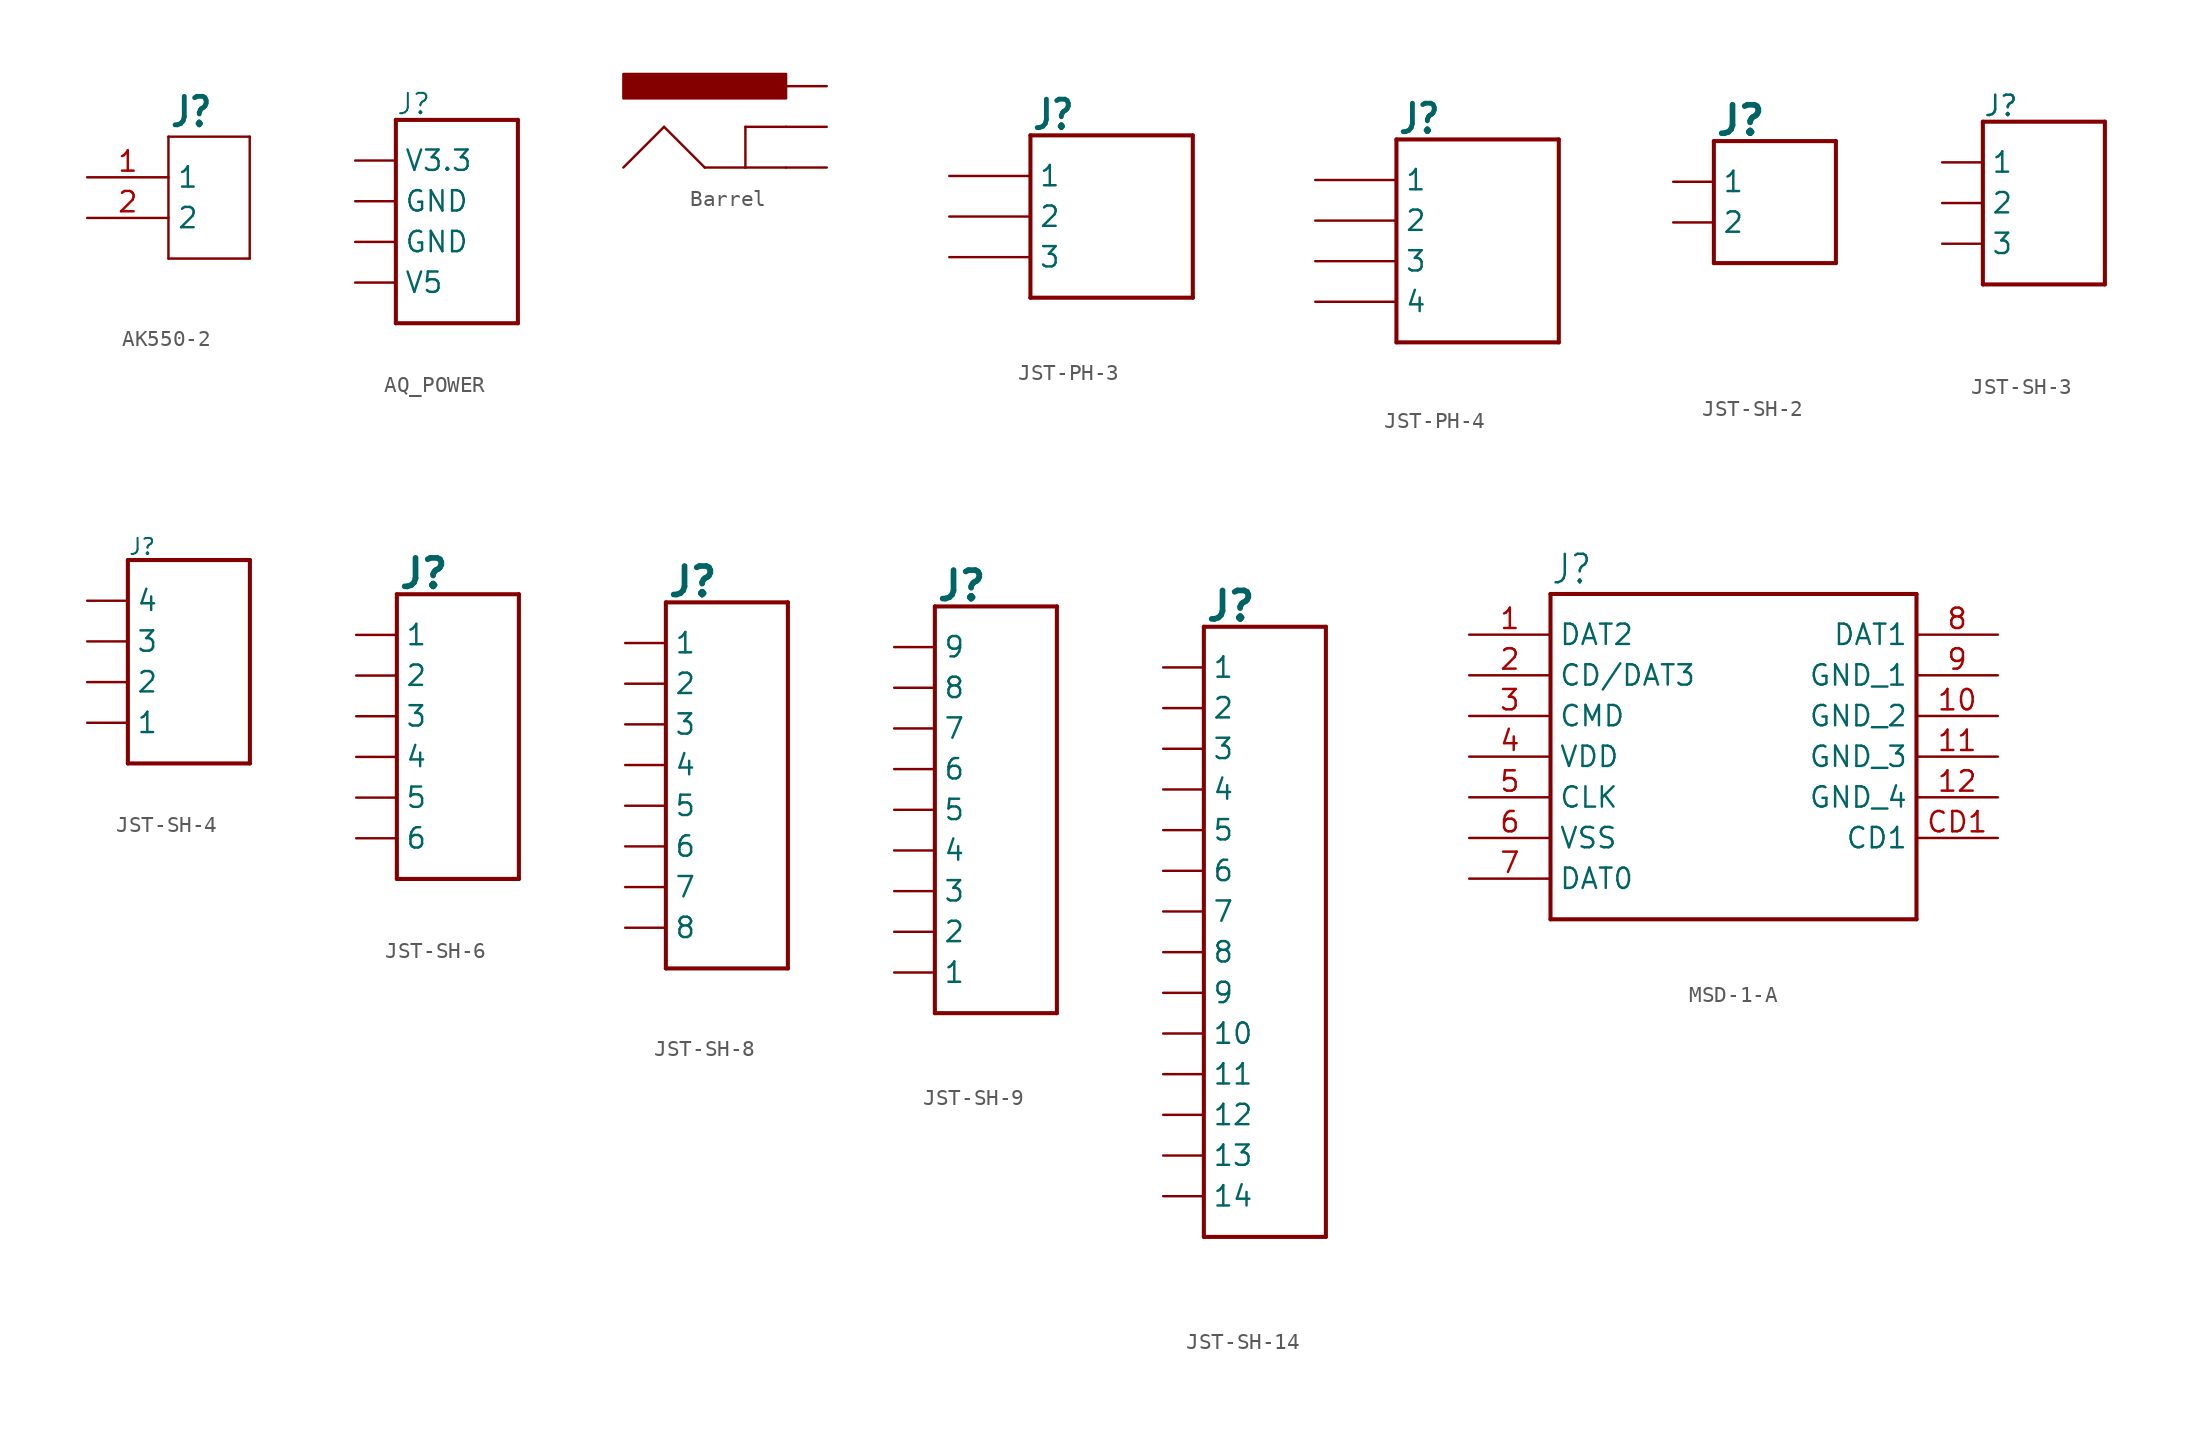
<source format=kicad_sym>
(kicad_symbol_lib
  (version 20241209)
  (generator "kicad_symbol_editor")
  (generator_version "9.0")
  (symbol "AK550-2"
    (property "Reference" "J"
      (at 0 3.048 0)
      (effects (font (size 1.778 1.511) (thickness 0.302) (bold yes)) (justify left bottom)))
    (property "Value" ""
      (at 0 -7.62 0)
      (effects (font (size 1.778 1.511) (thickness 0.302) (bold yes)) (justify left bottom)))
    (property "ki_locked" ""
      (at 0 0 0)
      (effects (font (size 1.27 1.27))))
    (symbol "AK550-2_1_0"
      (polyline (pts (xy 0 2.54) (xy 0 -5.08)) (stroke (width 0.152) (type solid)) (fill (type none)))
      (polyline (pts (xy 0 -5.08) (xy 5.08 -5.08)) (stroke (width 0.152) (type solid)) (fill (type none)))
      (polyline (pts (xy 5.08 2.54) (xy 0 2.54)) (stroke (width 0.152) (type solid)) (fill (type none)))
      (polyline (pts (xy 5.08 -5.08) (xy 5.08 2.54)) (stroke (width 0.152) (type solid)) (fill (type none)))
      (pin passive line (at -5.08 0 0) (length 5.08) (name "1" (effects (font (size 1.27 1.27)))) (number "1" (effects (font (size 1.27 1.27)))))
      (pin passive line (at -5.08 -2.54 0) (length 5.08) (name "2" (effects (font (size 1.27 1.27)))) (number "2" (effects (font (size 1.27 1.27)))))))
  (symbol "AQ_POWER"
    (property "Reference" "J"
      (at 0 2.794 0)
      (effects (font (size 1.27 1.27) (thickness 0.125)) (justify left bottom)))
    (property "Value" ""
      (at 0 -10.414 0)
      (effects (font (size 1.778 1.778) (thickness 0.356) (bold yes)) (justify left top)))
    (symbol "AQ_POWER_1_0"
      (polyline (pts (xy 0 2.54) (xy 7.62 2.54)) (stroke (width 0.254) (type solid)) (fill (type none)))
      (polyline (pts (xy 0 -10.16) (xy 0 2.54)) (stroke (width 0.254) (type solid)) (fill (type none)))
      (polyline (pts (xy 7.62 2.54) (xy 7.62 -10.16)) (stroke (width 0.254) (type solid)) (fill (type none)))
      (polyline (pts (xy 7.62 -10.16) (xy 0 -10.16)) (stroke (width 0.254) (type solid)) (fill (type none)))
      (pin power_out line (at -2.54 0 0) (length 2.54) (name "V3.3" (effects (font (size 1.27 1.27)))) (number "4" (effects (font (size 0 0)))))
      (pin passive line (at -2.54 -2.54 0) (length 2.54) (name "GND" (effects (font (size 1.27 1.27)))) (number "3" (effects (font (size 0 0)))))
      (pin passive line (at -2.54 -5.08 0) (length 2.54) (name "GND" (effects (font (size 1.27 1.27)))) (number "2" (effects (font (size 0 0)))))
      (pin power_out line (at -2.54 -7.62 0) (length 2.54) (name "V5" (effects (font (size 1.27 1.27)))) (number "1" (effects (font (size 0 0)))))))
  (symbol "Barrel"
    (property "Reference" "J"
      (at -5.08 -5.08 0)
      (effects (font (size 1.778 1.778) (thickness 0.356) (bold yes)) (justify left bottom) (hide yes)))
    (property "ki_locked" ""
      (at 0 0 0)
      (effects (font (size 1.27 1.27))))
    (symbol "Barrel_1_0"
      (rectangle (start -5.08 1.778) (end 5.08 3.302) (stroke (width 0) (type default)) (fill (type outline)))
      (polyline (pts (xy -5.08 -2.54) (xy -2.54 0)) (stroke (width 0.152) (type solid)) (fill (type none)))
      (polyline (pts (xy -2.54 0) (xy 0 -2.54)) (stroke (width 0.152) (type solid)) (fill (type none)))
      (polyline (pts (xy 0 -2.54) (xy 2.54 -2.54)) (stroke (width 0.152) (type solid)) (fill (type none)))
      (polyline (pts (xy 2.54 0) (xy 5.08 0)) (stroke (width 0.152) (type solid)) (fill (type none)))
      (polyline (pts (xy 2.54 -2.54) (xy 2.54 0)) (stroke (width 0.152) (type solid)) (fill (type none)))
      (polyline (pts (xy 2.54 -2.54) (xy 5.08 -2.54)) (stroke (width 0.152) (type solid)) (fill (type none)))
      (pin passive line (at 7.62 2.54 180) (length 2.54) (name "PWR" (effects (font (size 0 0)))) (number "PWR" (effects (font (size 0 0)))))
      (pin passive line (at 7.62 0 180) (length 2.54) (name "GNDBREAK" (effects (font (size 0 0)))) (number "GNDBREAK" (effects (font (size 0 0)))))
      (pin passive line (at 7.62 -2.54 180) (length 2.54) (name "GND" (effects (font (size 0 0)))) (number "GND" (effects (font (size 0 0)))))))
  (symbol "JST-PH-3"
    (property "Reference" "J"
      (at -5.072 5.334 0)
      (effects (font (size 1.778 1.511) (thickness 0.302) (bold yes)) (justify left bottom)))
    (property "Value" ""
      (at -5.08 -7.112 0)
      (effects (font (size 1.778 1.511) (thickness 0.302) (bold yes)) (justify left bottom)))
    (property "ki_locked" ""
      (at 0 0 0)
      (effects (font (size 1.27 1.27))))
    (symbol "JST-PH-3_1_0"
      (polyline (pts (xy -5.08 5.08) (xy 5.08 5.08)) (stroke (width 0.254) (type solid)) (fill (type none)))
      (polyline (pts (xy -5.08 -5.08) (xy -5.08 5.08)) (stroke (width 0.254) (type solid)) (fill (type none)))
      (polyline (pts (xy 5.08 5.08) (xy 5.08 -5.08)) (stroke (width 0.254) (type solid)) (fill (type none)))
      (polyline (pts (xy 5.08 -5.08) (xy -5.08 -5.08)) (stroke (width 0.254) (type solid)) (fill (type none)))
      (pin passive line (at -10.16 2.54 0) (length 5.08) (name "1" (effects (font (size 1.27 1.27)))) (number "1" (effects (font (size 0 0)))))
      (pin passive line (at -10.16 0 0) (length 5.08) (name "2" (effects (font (size 1.27 1.27)))) (number "2" (effects (font (size 0 0)))))
      (pin passive line (at -10.16 -2.54 0) (length 5.08) (name "3" (effects (font (size 1.27 1.27)))) (number "3" (effects (font (size 0 0)))))))
  (symbol "JST-PH-4"
    (property "Reference" "J"
      (at -5.072 5.334 0)
      (effects (font (size 1.778 1.511) (thickness 0.302) (bold yes)) (justify left bottom)))
    (property "Value" ""
      (at -5.08 -9.652 0)
      (effects (font (size 1.778 1.511) (thickness 0.302) (bold yes)) (justify left bottom)))
    (property "ki_locked" ""
      (at 0 0 0)
      (effects (font (size 1.27 1.27))))
    (symbol "JST-PH-4_1_0"
      (polyline (pts (xy -5.08 5.08) (xy 5.08 5.08)) (stroke (width 0.254) (type solid)) (fill (type none)))
      (polyline (pts (xy -5.08 -7.62) (xy -5.08 5.08)) (stroke (width 0.254) (type solid)) (fill (type none)))
      (polyline (pts (xy 5.08 5.08) (xy 5.08 -7.62)) (stroke (width 0.254) (type solid)) (fill (type none)))
      (polyline (pts (xy 5.08 -7.62) (xy -5.08 -7.62)) (stroke (width 0.254) (type solid)) (fill (type none)))
      (pin passive line (at -10.16 2.54 0) (length 5.08) (name "1" (effects (font (size 1.27 1.27)))) (number "1" (effects (font (size 0 0)))))
      (pin passive line (at -10.16 0 0) (length 5.08) (name "2" (effects (font (size 1.27 1.27)))) (number "2" (effects (font (size 0 0)))))
      (pin passive line (at -10.16 -2.54 0) (length 5.08) (name "3" (effects (font (size 1.27 1.27)))) (number "3" (effects (font (size 0 0)))))
      (pin passive line (at -10.16 -5.08 0) (length 5.08) (name "4" (effects (font (size 1.27 1.27)))) (number "4" (effects (font (size 0 0)))))))
  (symbol "JST-SH-2"
    (property "Reference" "J"
      (at 0 2.794 0)
      (effects (font (size 1.778 1.778) (thickness 0.356) (bold yes)) (justify left bottom)))
    (property "Value" ""
      (at 0 -10.414 0)
      (effects (font (size 1.778 1.778) (thickness 0.356) (bold yes)) (justify left top)))
    (property "ki_locked" ""
      (at 0 0 0)
      (effects (font (size 1.27 1.27))))
    (symbol "JST-SH-2_1_0"
      (polyline (pts (xy 0 2.54) (xy 7.62 2.54)) (stroke (width 0.254) (type solid)) (fill (type none)))
      (polyline (pts (xy 0 -5.08) (xy 0 2.54)) (stroke (width 0.254) (type solid)) (fill (type none)))
      (polyline (pts (xy 7.62 2.54) (xy 7.62 -5.08)) (stroke (width 0.254) (type solid)) (fill (type none)))
      (polyline (pts (xy 7.62 -5.08) (xy 0 -5.08)) (stroke (width 0.254) (type solid)) (fill (type none)))
      (pin passive line (at -2.54 0 0) (length 2.54) (name "1" (effects (font (size 1.27 1.27)))) (number "1" (effects (font (size 0 0)))))
      (pin passive line (at -2.54 -2.54 0) (length 2.54) (name "2" (effects (font (size 1.27 1.27)))) (number "2" (effects (font (size 0 0)))))))
  (symbol "JST-SH-3"
    (property "Reference" "J"
      (at 0 2.794 0)
      (effects (font (size 1.27 1.27) (thickness 0.159)) (justify left bottom)))
    (property "Value" ""
      (at 0 -10.414 0)
      (effects (font (size 1.778 1.778) (thickness 0.356) (bold yes)) (justify left top)))
    (property "ki_locked" ""
      (at 0 0 0)
      (effects (font (size 1.27 1.27))))
    (symbol "JST-SH-3_1_0"
      (polyline (pts (xy 0 2.54) (xy 7.62 2.54)) (stroke (width 0.254) (type solid)) (fill (type none)))
      (polyline (pts (xy 0 -7.62) (xy 0 2.54)) (stroke (width 0.254) (type solid)) (fill (type none)))
      (polyline (pts (xy 7.62 2.54) (xy 7.62 -7.62)) (stroke (width 0.254) (type solid)) (fill (type none)))
      (polyline (pts (xy 7.62 -7.62) (xy 0 -7.62)) (stroke (width 0.254) (type solid)) (fill (type none)))
      (pin passive line (at -2.54 0 0) (length 2.54) (name "1" (effects (font (size 1.27 1.27)))) (number "1" (effects (font (size 0 0)))))
      (pin passive line (at -2.54 -2.54 0) (length 2.54) (name "2" (effects (font (size 1.27 1.27)))) (number "2" (effects (font (size 0 0)))))
      (pin passive line (at -2.54 -5.08 0) (length 2.54) (name "3" (effects (font (size 1.27 1.27)))) (number "3" (effects (font (size 0 0)))))))
  (symbol "JST-SH-4"
    (property "Reference" "J"
      (at 0 2.794 0)
      (effects (font (size 1 1) (thickness 0.125)) (justify left bottom)))
    (property "Value" ""
      (at 0 -10.414 0)
      (effects (font (size 1.778 1.778) (thickness 0.356) (bold yes)) (justify left top)))
    (symbol "JST-SH-4_1_0"
      (polyline (pts (xy 0 2.54) (xy 7.62 2.54)) (stroke (width 0.254) (type solid)) (fill (type none)))
      (polyline (pts (xy 0 -10.16) (xy 0 2.54)) (stroke (width 0.254) (type solid)) (fill (type none)))
      (polyline (pts (xy 7.62 2.54) (xy 7.62 -10.16)) (stroke (width 0.254) (type solid)) (fill (type none)))
      (polyline (pts (xy 7.62 -10.16) (xy 0 -10.16)) (stroke (width 0.254) (type solid)) (fill (type none)))
      (pin passive line (at -2.54 0 0) (length 2.54) (name "4" (effects (font (size 1.27 1.27)))) (number "4" (effects (font (size 0 0)))))
      (pin passive line (at -2.54 -2.54 0) (length 2.54) (name "3" (effects (font (size 1.27 1.27)))) (number "3" (effects (font (size 0 0)))))
      (pin passive line (at -2.54 -5.08 0) (length 2.54) (name "2" (effects (font (size 1.27 1.27)))) (number "2" (effects (font (size 0 0)))))
      (pin passive line (at -2.54 -7.62 0) (length 2.54) (name "1" (effects (font (size 1.27 1.27)))) (number "1" (effects (font (size 0 0)))))))
  (symbol "JST-SH-6"
    (property "Reference" "J"
      (at 0 2.794 0)
      (effects (font (size 1.778 1.778) (thickness 0.356) (bold yes)) (justify left bottom)))
    (property "Value" ""
      (at 0 -15.494 0)
      (effects (font (size 1.778 1.778) (thickness 0.356) (bold yes)) (justify left top)))
    (symbol "JST-SH-6_1_0"
      (polyline (pts (xy 0 2.54) (xy 7.62 2.54)) (stroke (width 0.254) (type solid)) (fill (type none)))
      (polyline (pts (xy 0 -15.24) (xy 0 2.54)) (stroke (width 0.254) (type solid)) (fill (type none)))
      (polyline (pts (xy 7.62 2.54) (xy 7.62 -15.24)) (stroke (width 0.254) (type solid)) (fill (type none)))
      (polyline (pts (xy 7.62 -15.24) (xy 0 -15.24)) (stroke (width 0.254) (type solid)) (fill (type none)))
      (pin passive line (at -2.54 0 0) (length 2.54) (name "1" (effects (font (size 1.27 1.27)))) (number "1" (effects (font (size 0 0)))))
      (pin passive line (at -2.54 -2.54 0) (length 2.54) (name "2" (effects (font (size 1.27 1.27)))) (number "2" (effects (font (size 0 0)))))
      (pin passive line (at -2.54 -5.08 0) (length 2.54) (name "3" (effects (font (size 1.27 1.27)))) (number "3" (effects (font (size 0 0)))))
      (pin passive line (at -2.54 -7.62 0) (length 2.54) (name "4" (effects (font (size 1.27 1.27)))) (number "4" (effects (font (size 0 0)))))
      (pin passive line (at -2.54 -10.16 0) (length 2.54) (name "5" (effects (font (size 1.27 1.27)))) (number "5" (effects (font (size 0 0)))))
      (pin passive line (at -2.54 -12.7 0) (length 2.54) (name "6" (effects (font (size 1.27 1.27)))) (number "6" (effects (font (size 0 0)))))))
  (symbol "JST-SH-8"
    (property "Reference" "J"
      (at 0 0.254 0)
      (effects (font (size 1.778 1.778) (thickness 0.356) (bold yes)) (justify left bottom)))
    (property "Value" ""
      (at 0 -23.114 0)
      (effects (font (size 1.778 1.778) (thickness 0.356) (bold yes)) (justify left top)))
    (symbol "JST-SH-8_1_0"
      (polyline (pts (xy 0 0) (xy 7.62 0)) (stroke (width 0.254) (type solid)) (fill (type none)))
      (polyline (pts (xy 0 -22.86) (xy 0 0)) (stroke (width 0.254) (type solid)) (fill (type none)))
      (polyline (pts (xy 7.62 0) (xy 7.62 -22.86)) (stroke (width 0.254) (type solid)) (fill (type none)))
      (polyline (pts (xy 7.62 -22.86) (xy 0 -22.86)) (stroke (width 0.254) (type solid)) (fill (type none)))
      (pin passive line (at -2.54 -2.54 0) (length 2.54) (name "1" (effects (font (size 1.27 1.27)))) (number "1" (effects (font (size 0 0)))))
      (pin passive line (at -2.54 -5.08 0) (length 2.54) (name "2" (effects (font (size 1.27 1.27)))) (number "2" (effects (font (size 0 0)))))
      (pin passive line (at -2.54 -7.62 0) (length 2.54) (name "3" (effects (font (size 1.27 1.27)))) (number "3" (effects (font (size 0 0)))))
      (pin passive line (at -2.54 -10.16 0) (length 2.54) (name "4" (effects (font (size 1.27 1.27)))) (number "4" (effects (font (size 0 0)))))
      (pin passive line (at -2.54 -12.7 0) (length 2.54) (name "5" (effects (font (size 1.27 1.27)))) (number "5" (effects (font (size 0 0)))))
      (pin passive line (at -2.54 -15.24 0) (length 2.54) (name "6" (effects (font (size 1.27 1.27)))) (number "6" (effects (font (size 0 0)))))
      (pin passive line (at -2.54 -17.78 0) (length 2.54) (name "7" (effects (font (size 1.27 1.27)))) (number "7" (effects (font (size 0 0)))))
      (pin passive line (at -2.54 -20.32 0) (length 2.54) (name "8" (effects (font (size 1.27 1.27)))) (number "8" (effects (font (size 0 0)))))))
  (symbol "JST-SH-9"
    (property "Reference" "J"
      (at 0 0.254 0)
      (effects (font (size 1.778 1.778) (thickness 0.356) (bold yes)) (justify left bottom)))
    (property "Value" ""
      (at 0 -25.654 0)
      (effects (font (size 1.778 1.778) (thickness 0.356) (bold yes)) (justify left top)))
    (property "ki_locked" ""
      (at 0 0 0)
      (effects (font (size 1.27 1.27))))
    (symbol "JST-SH-9_1_0"
      (polyline (pts (xy 0 0) (xy 7.62 0)) (stroke (width 0.254) (type solid)) (fill (type none)))
      (polyline (pts (xy 0 -25.4) (xy 0 0)) (stroke (width 0.254) (type solid)) (fill (type none)))
      (polyline (pts (xy 7.62 0) (xy 7.62 -25.4)) (stroke (width 0.254) (type solid)) (fill (type none)))
      (polyline (pts (xy 7.62 -25.4) (xy 0 -25.4)) (stroke (width 0.254) (type solid)) (fill (type none)))
      (pin passive line (at -2.54 -2.54 0) (length 2.54) (name "9" (effects (font (size 1.27 1.27)))) (number "9" (effects (font (size 0 0)))))
      (pin passive line (at -2.54 -5.08 0) (length 2.54) (name "8" (effects (font (size 1.27 1.27)))) (number "8" (effects (font (size 0 0)))))
      (pin passive line (at -2.54 -7.62 0) (length 2.54) (name "7" (effects (font (size 1.27 1.27)))) (number "7" (effects (font (size 0 0)))))
      (pin passive line (at -2.54 -10.16 0) (length 2.54) (name "6" (effects (font (size 1.27 1.27)))) (number "6" (effects (font (size 0 0)))))
      (pin passive line (at -2.54 -12.7 0) (length 2.54) (name "5" (effects (font (size 1.27 1.27)))) (number "5" (effects (font (size 0 0)))))
      (pin passive line (at -2.54 -15.24 0) (length 2.54) (name "4" (effects (font (size 1.27 1.27)))) (number "4" (effects (font (size 0 0)))))
      (pin passive line (at -2.54 -17.78 0) (length 2.54) (name "3" (effects (font (size 1.27 1.27)))) (number "3" (effects (font (size 0 0)))))
      (pin passive line (at -2.54 -20.32 0) (length 2.54) (name "2" (effects (font (size 1.27 1.27)))) (number "2" (effects (font (size 0 0)))))
      (pin passive line (at -2.54 -22.86 0) (length 2.54) (name "1" (effects (font (size 1.27 1.27)))) (number "1" (effects (font (size 0 0)))))))
  (symbol "JST-SH-14"
    (property "Reference" "J"
      (at 0 0.254 0)
      (effects (font (size 1.778 1.778) (thickness 0.356) (bold yes)) (justify left bottom)))
    (property "Value" ""
      (at 0 -38.354 0)
      (effects (font (size 1.778 1.778) (thickness 0.356) (bold yes)) (justify left top)))
    (property "ki_locked" ""
      (at 0 0 0)
      (effects (font (size 1.27 1.27))))
    (symbol "JST-SH-14_1_0"
      (polyline (pts (xy 0 0) (xy 7.62 0)) (stroke (width 0.254) (type solid)) (fill (type none)))
      (polyline (pts (xy 0 -38.1) (xy 0 0)) (stroke (width 0.254) (type solid)) (fill (type none)))
      (polyline (pts (xy 7.62 0) (xy 7.62 -38.1)) (stroke (width 0.254) (type solid)) (fill (type none)))
      (polyline (pts (xy 7.62 -38.1) (xy 0 -38.1)) (stroke (width 0.254) (type solid)) (fill (type none)))
      (pin passive line (at -2.54 -2.54 0) (length 2.54) (name "1" (effects (font (size 1.27 1.27)))) (number "1" (effects (font (size 0 0)))))
      (pin passive line (at -2.54 -5.08 0) (length 2.54) (name "2" (effects (font (size 1.27 1.27)))) (number "2" (effects (font (size 0 0)))))
      (pin passive line (at -2.54 -7.62 0) (length 2.54) (name "3" (effects (font (size 1.27 1.27)))) (number "3" (effects (font (size 0 0)))))
      (pin passive line (at -2.54 -10.16 0) (length 2.54) (name "4" (effects (font (size 1.27 1.27)))) (number "4" (effects (font (size 0 0)))))
      (pin passive line (at -2.54 -12.7 0) (length 2.54) (name "5" (effects (font (size 1.27 1.27)))) (number "5" (effects (font (size 0 0)))))
      (pin passive line (at -2.54 -15.24 0) (length 2.54) (name "6" (effects (font (size 1.27 1.27)))) (number "6" (effects (font (size 0 0)))))
      (pin passive line (at -2.54 -17.78 0) (length 2.54) (name "7" (effects (font (size 1.27 1.27)))) (number "7" (effects (font (size 0 0)))))
      (pin passive line (at -2.54 -20.32 0) (length 2.54) (name "8" (effects (font (size 1.27 1.27)))) (number "8" (effects (font (size 0 0)))))
      (pin passive line (at -2.54 -22.86 0) (length 2.54) (name "9" (effects (font (size 1.27 1.27)))) (number "9" (effects (font (size 0 0)))))
      (pin passive line (at -2.54 -25.4 0) (length 2.54) (name "10" (effects (font (size 1.27 1.27)))) (number "10" (effects (font (size 0 0)))))
      (pin passive line (at -2.54 -27.94 0) (length 2.54) (name "11" (effects (font (size 1.27 1.27)))) (number "11" (effects (font (size 0 0)))))
      (pin passive line (at -2.54 -30.48 0) (length 2.54) (name "12" (effects (font (size 1.27 1.27)))) (number "12" (effects (font (size 0 0)))))
      (pin passive line (at -2.54 -33.02 0) (length 2.54) (name "13" (effects (font (size 1.27 1.27)))) (number "13" (effects (font (size 0 0)))))
      (pin passive line (at -2.54 -35.56 0) (length 2.54) (name "14" (effects (font (size 1.27 1.27)))) (number "14" (effects (font (size 0 0)))))))
  (symbol "MSD-1-A"
    (property "Reference" "J"
      (at 5.08 3.048 0)
      (effects (font (size 1.778 1.511)) (justify left bottom)))
    (property "Value" ""
      (at 5.08 -18.542 0)
      (effects (font (size 1.778 1.511)) (justify left top)))
    (property "ki_locked" ""
      (at 0 0 0)
      (effects (font (size 1.27 1.27))))
    (symbol "MSD-1-A_1_0"
      (polyline (pts (xy 5.08 2.54) (xy 5.08 -17.78)) (stroke (width 0.254) (type solid)) (fill (type none)))
      (polyline (pts (xy 5.08 2.54) (xy 27.94 2.54)) (stroke (width 0.254) (type solid)) (fill (type none)))
      (polyline (pts (xy 27.94 -17.78) (xy 5.08 -17.78)) (stroke (width 0.254) (type solid)) (fill (type none)))
      (polyline (pts (xy 27.94 -17.78) (xy 27.94 2.54)) (stroke (width 0.254) (type solid)) (fill (type none)))
      (pin bidirectional line (at 0 0 0) (length 5.08) (name "DAT2" (effects (font (size 1.27 1.27)))) (number "1" (effects (font (size 1.27 1.27)))))
      (pin bidirectional line (at 0 -2.54 0) (length 5.08) (name "CD/DAT3" (effects (font (size 1.27 1.27)))) (number "2" (effects (font (size 1.27 1.27)))))
      (pin bidirectional line (at 0 -5.08 0) (length 5.08) (name "CMD" (effects (font (size 1.27 1.27)))) (number "3" (effects (font (size 1.27 1.27)))))
      (pin bidirectional line (at 0 -7.62 0) (length 5.08) (name "VDD" (effects (font (size 1.27 1.27)))) (number "4" (effects (font (size 1.27 1.27)))))
      (pin bidirectional line (at 0 -10.16 0) (length 5.08) (name "CLK" (effects (font (size 1.27 1.27)))) (number "5" (effects (font (size 1.27 1.27)))))
      (pin bidirectional line (at 0 -12.7 0) (length 5.08) (name "VSS" (effects (font (size 1.27 1.27)))) (number "6" (effects (font (size 1.27 1.27)))))
      (pin bidirectional line (at 0 -15.24 0) (length 5.08) (name "DAT0" (effects (font (size 1.27 1.27)))) (number "7" (effects (font (size 1.27 1.27)))))
      (pin bidirectional line (at 33.02 0 180) (length 5.08) (name "DAT1" (effects (font (size 1.27 1.27)))) (number "8" (effects (font (size 1.27 1.27)))))
      (pin bidirectional line (at 33.02 -2.54 180) (length 5.08) (name "GND_1" (effects (font (size 1.27 1.27)))) (number "9" (effects (font (size 1.27 1.27)))))
      (pin bidirectional line (at 33.02 -5.08 180) (length 5.08) (name "GND_2" (effects (font (size 1.27 1.27)))) (number "10" (effects (font (size 1.27 1.27)))))
      (pin bidirectional line (at 33.02 -7.62 180) (length 5.08) (name "GND_3" (effects (font (size 1.27 1.27)))) (number "11" (effects (font (size 1.27 1.27)))))
      (pin bidirectional line (at 33.02 -10.16 180) (length 5.08) (name "GND_4" (effects (font (size 1.27 1.27)))) (number "12" (effects (font (size 1.27 1.27)))))
      (pin bidirectional line (at 33.02 -12.7 180) (length 5.08) (name "CD1" (effects (font (size 1.27 1.27)))) (number "CD1" (effects (font (size 1.27 1.27))))))))
</source>
